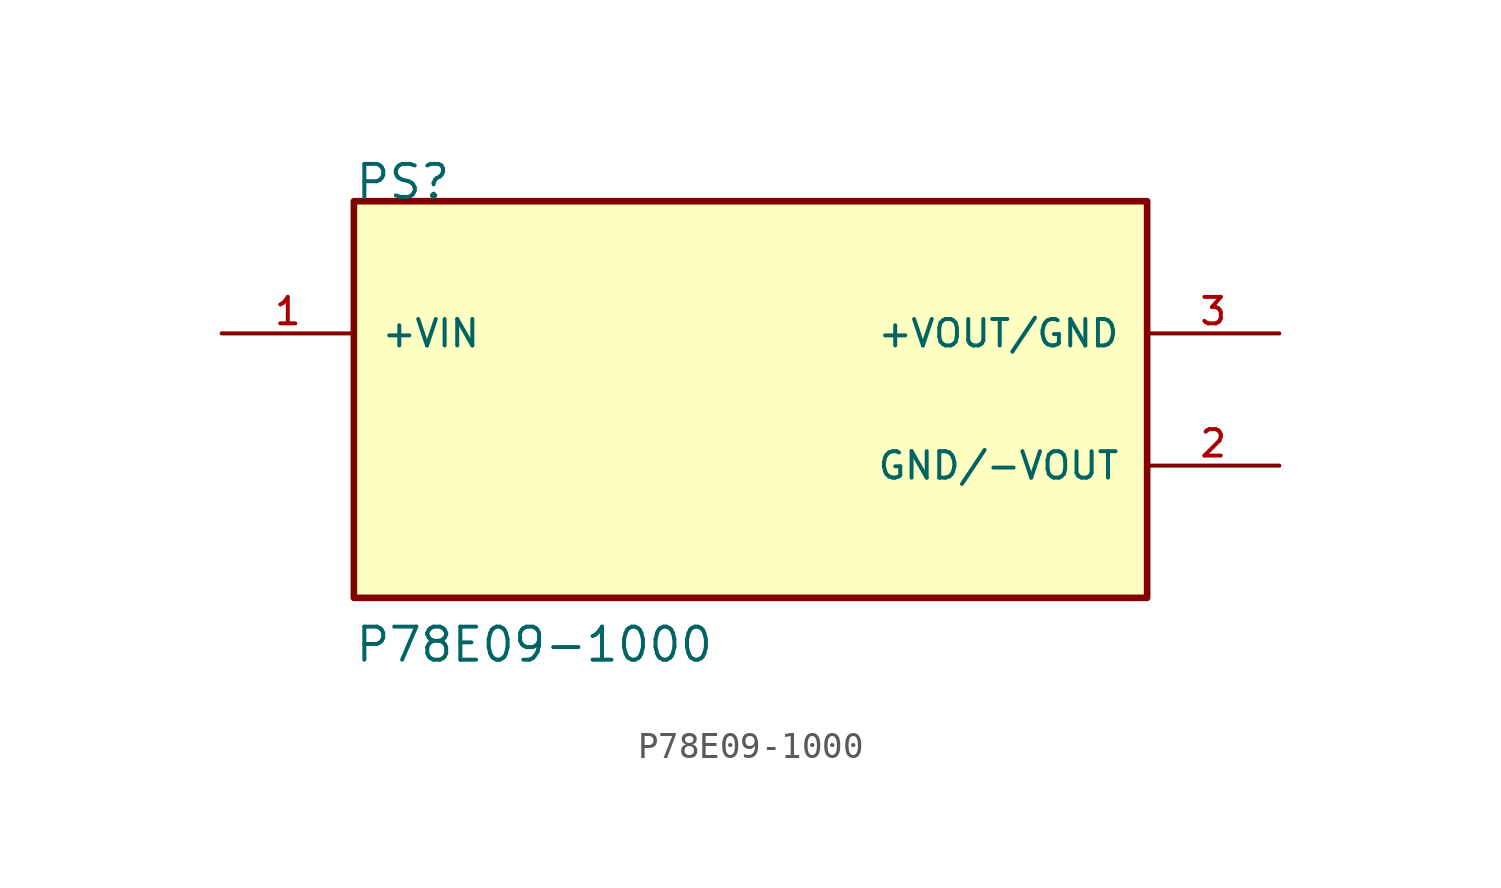
<source format=kicad_sym>
(kicad_symbol_lib
  (version 20201005)
  (generator kicad_symbol_editor)
  (symbol "P78E09-1000:P78E09-1000"
    (pin_names
      (offset 1.016))
    (property "Reference" "PS"
      (at -15.24 7.62 0)
      (effects (font (size 1.27 1.27)) (justify left bottom)))
    (property "Value" "P78E09-1000"
      (at -15.24 -10.16 0)
      (effects (font (size 1.27 1.27)) (justify left bottom)))
    (symbol "P78E09-1000_0_0"
      (rectangle (start -15.24 -7.62) (end 15.24 7.62) (stroke (width 0.254)) (fill (type background)))
      (pin input line (at -20.32 2.54 0) (length 5.08) (name "+VIN" (effects (font (size 1.016 1.016)))) (number "1" (effects (font (size 1.016 1.016)))))
      (pin power_in line (at 20.32 -2.54 180) (length 5.08) (name "GND/-VOUT" (effects (font (size 1.016 1.016)))) (number "2" (effects (font (size 1.016 1.016)))))
      (pin power_in line (at 20.32 2.54 180) (length 5.08) (name "+VOUT/GND" (effects (font (size 1.016 1.016)))) (number "3" (effects (font (size 1.016 1.016))))))))
</source>
